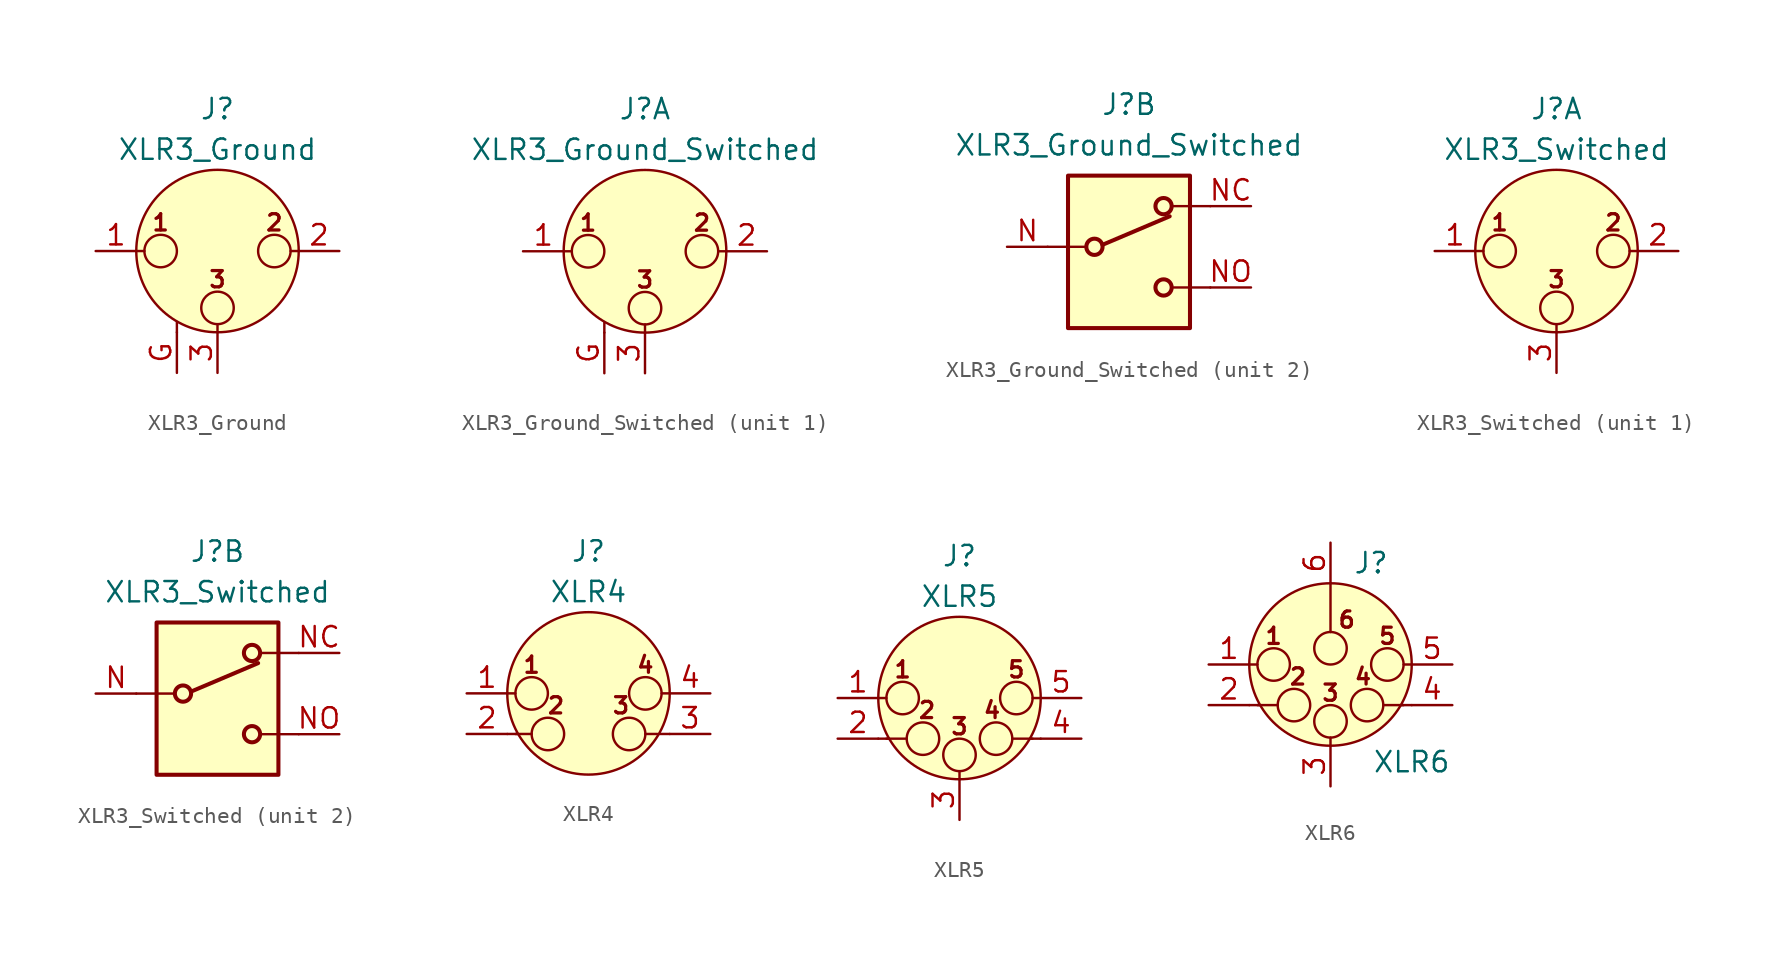
<source format=kicad_sym>
(kicad_symbol_lib
  (version 20220914)
  (generator kicad_symbol_editor)
  (symbol "XLR3_Ground"
    (pin_names hide)
    (property "Reference" "J"
      (at 0 8.89 0)
      (effects (font (size 1.27 1.27))))
    (property "Value" "XLR3_Ground"
      (at 0 6.35 0)
      (effects (font (size 1.27 1.27))))
    (symbol "XLR3_Ground_0_1"
      (circle (center -3.556 0) (radius 1.016) (stroke (width 0) (type solid)) (fill (type none)))
      (circle (center 0 -3.556) (radius 1.016) (stroke (width 0) (type solid)) (fill (type none)))
      (polyline (pts (xy -5.08 0) (xy -4.572 0)) (stroke (width 0) (type solid)) (fill (type none)))
      (polyline (pts (xy -2.54 -5.08) (xy -2.54 -4.445)) (stroke (width 0) (type solid)) (fill (type none)))
      (polyline (pts (xy 0 -5.08) (xy 0 -4.572)) (stroke (width 0) (type solid)) (fill (type none)))
      (polyline (pts (xy 5.08 0) (xy 4.572 0)) (stroke (width 0) (type solid)) (fill (type none)))
      (circle (center 0 0) (radius 5.08) (stroke (width 0) (type solid)) (fill (type background)))
      (circle (center 3.556 0) (radius 1.016) (stroke (width 0) (type solid)) (fill (type none)))
      (text "1" (at -3.556 1.778 0) (effects (font (size 1.016 1.016) bold)))
      (text "2" (at 3.556 1.778 0) (effects (font (size 1.016 1.016) bold)))
      (text "3" (at 0 -1.778 0) (effects (font (size 1.016 1.016) bold)))
      (pin passive line (at -7.62 0 0) (length 2.54) (name "~" (effects (font (size 1.27 1.27)))) (number "1" (effects (font (size 1.27 1.27)))))
      (pin passive line (at 7.62 0 180) (length 2.54) (name "~" (effects (font (size 1.27 1.27)))) (number "2" (effects (font (size 1.27 1.27)))))
      (pin passive line (at 0 -7.62 90) (length 2.54) (name "~" (effects (font (size 1.27 1.27)))) (number "3" (effects (font (size 1.27 1.27))))))
    (symbol "XLR3_Ground_1_1"
      (pin passive line (at -2.54 -7.62 90) (length 2.54) (name "~" (effects (font (size 1.27 1.27)))) (number "G" (effects (font (size 1.27 1.27)))))))
  (symbol "XLR3_Ground_Switched"
    (pin_names hide)
    (property "Reference" "J"
      (at 0 8.89 0)
      (effects (font (size 1.27 1.27))))
    (property "Value" "XLR3_Ground_Switched"
      (at 0 6.35 0)
      (effects (font (size 1.27 1.27))))
    (symbol "XLR3_Ground_Switched_1_1"
      (circle (center -3.556 0) (radius 1.016) (stroke (width 0) (type solid)) (fill (type none)))
      (circle (center 0 -3.556) (radius 1.016) (stroke (width 0) (type solid)) (fill (type none)))
      (polyline (pts (xy -5.08 0) (xy -4.572 0)) (stroke (width 0) (type solid)) (fill (type none)))
      (polyline (pts (xy -2.54 -5.08) (xy -2.54 -4.445)) (stroke (width 0) (type solid)) (fill (type none)))
      (polyline (pts (xy 0 -5.08) (xy 0 -4.572)) (stroke (width 0) (type solid)) (fill (type none)))
      (polyline (pts (xy 5.08 0) (xy 4.572 0)) (stroke (width 0) (type solid)) (fill (type none)))
      (circle (center 0 0) (radius 5.08) (stroke (width 0) (type solid)) (fill (type background)))
      (circle (center 3.556 0) (radius 1.016) (stroke (width 0) (type solid)) (fill (type none)))
      (text "1" (at -3.556 1.778 0) (effects (font (size 1.016 1.016) bold)))
      (text "2" (at 3.556 1.778 0) (effects (font (size 1.016 1.016) bold)))
      (text "3" (at 0 -1.778 0) (effects (font (size 1.016 1.016) bold)))
      (pin passive line (at -7.62 0 0) (length 2.54) (name "~" (effects (font (size 1.27 1.27)))) (number "1" (effects (font (size 1.27 1.27)))))
      (pin passive line (at 7.62 0 180) (length 2.54) (name "~" (effects (font (size 1.27 1.27)))) (number "2" (effects (font (size 1.27 1.27)))))
      (pin passive line (at 0 -7.62 90) (length 2.54) (name "~" (effects (font (size 1.27 1.27)))) (number "3" (effects (font (size 1.27 1.27)))))
      (pin passive line (at -2.54 -7.62 90) (length 2.54) (name "~" (effects (font (size 1.27 1.27)))) (number "G" (effects (font (size 1.27 1.27))))))
    (symbol "XLR3_Ground_Switched_2_1"
      (rectangle (start -3.81 4.445) (end 3.81 -5.08) (stroke (width 0.254) (type solid)) (fill (type background)))
      (circle (center -2.159 0) (radius 0.508) (stroke (width 0.254) (type solid)) (fill (type none)))
      (polyline (pts (xy -5.08 0) (xy -2.794 0)) (stroke (width 0) (type solid)) (fill (type none)))
      (polyline (pts (xy -1.651 0.127) (xy 2.54 1.905)) (stroke (width 0.254) (type solid)) (fill (type none)))
      (polyline (pts (xy 5.08 -2.54) (xy 2.794 -2.54)) (stroke (width 0) (type solid)) (fill (type none)))
      (polyline (pts (xy 5.08 2.54) (xy 2.794 2.54)) (stroke (width 0) (type solid)) (fill (type none)))
      (circle (center 2.159 -2.54) (radius 0.508) (stroke (width 0.254) (type solid)) (fill (type none)))
      (circle (center 2.159 2.54) (radius 0.508) (stroke (width 0.254) (type solid)) (fill (type none)))
      (pin passive line (at -7.62 0 0) (length 2.54) (name "~" (effects (font (size 1.27 1.27)))) (number "N" (effects (font (size 1.27 1.27)))))
      (pin passive line (at 7.62 2.54 180) (length 2.54) (name "~" (effects (font (size 1.27 1.27)))) (number "NC" (effects (font (size 1.27 1.27)))))
      (pin passive line (at 7.62 -2.54 180) (length 2.54) (name "~" (effects (font (size 1.27 1.27)))) (number "NO" (effects (font (size 1.27 1.27)))))))
  (symbol "XLR3_Switched"
    (pin_names hide)
    (property "Reference" "J"
      (at 0 8.89 0)
      (effects (font (size 1.27 1.27))))
    (property "Value" "XLR3_Switched"
      (at 0 6.35 0)
      (effects (font (size 1.27 1.27))))
    (symbol "XLR3_Switched_1_1"
      (circle (center -3.556 0) (radius 1.016) (stroke (width 0) (type solid)) (fill (type none)))
      (circle (center 0 -3.556) (radius 1.016) (stroke (width 0) (type solid)) (fill (type none)))
      (polyline (pts (xy -5.08 0) (xy -4.572 0)) (stroke (width 0) (type solid)) (fill (type none)))
      (polyline (pts (xy 0 -5.08) (xy 0 -4.572)) (stroke (width 0) (type solid)) (fill (type none)))
      (polyline (pts (xy 5.08 0) (xy 4.572 0)) (stroke (width 0) (type solid)) (fill (type none)))
      (circle (center 0 0) (radius 5.08) (stroke (width 0) (type solid)) (fill (type background)))
      (circle (center 3.556 0) (radius 1.016) (stroke (width 0) (type solid)) (fill (type none)))
      (text "1" (at -3.556 1.778 0) (effects (font (size 1.016 1.016) bold)))
      (text "2" (at 3.556 1.778 0) (effects (font (size 1.016 1.016) bold)))
      (text "3" (at 0 -1.778 0) (effects (font (size 1.016 1.016) bold)))
      (pin passive line (at -7.62 0 0) (length 2.54) (name "~" (effects (font (size 1.27 1.27)))) (number "1" (effects (font (size 1.27 1.27)))))
      (pin passive line (at 7.62 0 180) (length 2.54) (name "~" (effects (font (size 1.27 1.27)))) (number "2" (effects (font (size 1.27 1.27)))))
      (pin passive line (at 0 -7.62 90) (length 2.54) (name "~" (effects (font (size 1.27 1.27)))) (number "3" (effects (font (size 1.27 1.27))))))
    (symbol "XLR3_Switched_2_1"
      (rectangle (start -3.81 4.445) (end 3.81 -5.08) (stroke (width 0.254) (type solid)) (fill (type background)))
      (circle (center -2.159 0) (radius 0.508) (stroke (width 0.254) (type solid)) (fill (type none)))
      (polyline (pts (xy -5.08 0) (xy -2.794 0)) (stroke (width 0) (type solid)) (fill (type none)))
      (polyline (pts (xy -1.651 0.127) (xy 2.54 1.905)) (stroke (width 0.254) (type solid)) (fill (type none)))
      (polyline (pts (xy 5.08 -2.54) (xy 2.794 -2.54)) (stroke (width 0) (type solid)) (fill (type none)))
      (polyline (pts (xy 5.08 2.54) (xy 2.794 2.54)) (stroke (width 0) (type solid)) (fill (type none)))
      (circle (center 2.159 -2.54) (radius 0.508) (stroke (width 0.254) (type solid)) (fill (type none)))
      (circle (center 2.159 2.54) (radius 0.508) (stroke (width 0.254) (type solid)) (fill (type none)))
      (pin passive line (at -7.62 0 0) (length 2.54) (name "~" (effects (font (size 1.27 1.27)))) (number "N" (effects (font (size 1.27 1.27)))))
      (pin passive line (at 7.62 2.54 180) (length 2.54) (name "~" (effects (font (size 1.27 1.27)))) (number "NC" (effects (font (size 1.27 1.27)))))
      (pin passive line (at 7.62 -2.54 180) (length 2.54) (name "~" (effects (font (size 1.27 1.27)))) (number "NO" (effects (font (size 1.27 1.27)))))))
  (symbol "XLR4"
    (pin_names hide)
    (property "Reference" "J"
      (at 0 8.89 0)
      (effects (font (size 1.27 1.27))))
    (property "Value" "XLR4"
      (at 0 6.35 0)
      (effects (font (size 1.27 1.27))))
    (symbol "XLR4_0_1"
      (circle (center -3.556 0) (radius 1.016) (stroke (width 0) (type solid)) (fill (type none)))
      (circle (center -2.54 -2.54) (radius 1.016) (stroke (width 0) (type solid)) (fill (type none)))
      (polyline (pts (xy -5.08 -2.54) (xy -4.445 -2.54)) (stroke (width 0) (type solid)) (fill (type none)))
      (polyline (pts (xy -5.08 0) (xy -4.572 0)) (stroke (width 0) (type solid)) (fill (type none)))
      (polyline (pts (xy -4.572 -2.54) (xy -3.556 -2.54)) (stroke (width 0) (type solid)) (fill (type none)))
      (polyline (pts (xy 4.318 -2.54) (xy 3.556 -2.54)) (stroke (width 0) (type solid)) (fill (type none)))
      (polyline (pts (xy 5.08 -2.54) (xy 4.445 -2.54)) (stroke (width 0) (type solid)) (fill (type none)))
      (polyline (pts (xy 5.08 0) (xy 4.572 0)) (stroke (width 0) (type solid)) (fill (type none)))
      (circle (center 0 0) (radius 5.08) (stroke (width 0) (type solid)) (fill (type background)))
      (circle (center 2.54 -2.54) (radius 1.016) (stroke (width 0) (type solid)) (fill (type none)))
      (circle (center 3.556 0) (radius 1.016) (stroke (width 0) (type solid)) (fill (type none)))
      (text "1" (at -3.556 1.778 0) (effects (font (size 1.016 1.016) bold)))
      (text "2" (at -2.032 -0.762 0) (effects (font (size 1.016 1.016) bold)))
      (text "3" (at 2.032 -0.762 0) (effects (font (size 1.016 1.016) bold)))
      (text "4" (at 3.556 1.778 0) (effects (font (size 1.016 1.016) bold))))
    (symbol "XLR4_1_1"
      (pin passive line (at -7.62 0 0) (length 2.54) (name "~" (effects (font (size 1.27 1.27)))) (number "1" (effects (font (size 1.27 1.27)))))
      (pin passive line (at -7.62 -2.54 0) (length 2.54) (name "~" (effects (font (size 1.27 1.27)))) (number "2" (effects (font (size 1.27 1.27)))))
      (pin passive line (at 7.62 -2.54 180) (length 2.54) (name "~" (effects (font (size 1.27 1.27)))) (number "3" (effects (font (size 1.27 1.27)))))
      (pin passive line (at 7.62 0 180) (length 2.54) (name "~" (effects (font (size 1.27 1.27)))) (number "4" (effects (font (size 1.27 1.27)))))))
  (symbol "XLR5"
    (pin_names hide)
    (property "Reference" "J"
      (at 0 8.89 0)
      (effects (font (size 1.27 1.27))))
    (property "Value" "XLR5"
      (at 0 6.35 0)
      (effects (font (size 1.27 1.27))))
    (symbol "XLR5_0_1"
      (circle (center -3.556 0) (radius 1.016) (stroke (width 0) (type solid)) (fill (type none)))
      (circle (center -2.286 -2.54) (radius 1.016) (stroke (width 0) (type solid)) (fill (type none)))
      (circle (center 0 -3.556) (radius 1.016) (stroke (width 0) (type solid)) (fill (type none)))
      (polyline (pts (xy -5.08 -2.54) (xy -4.445 -2.54)) (stroke (width 0) (type solid)) (fill (type none)))
      (polyline (pts (xy -5.08 0) (xy -4.572 0)) (stroke (width 0) (type solid)) (fill (type none)))
      (polyline (pts (xy -4.572 -2.54) (xy -3.302 -2.54)) (stroke (width 0) (type solid)) (fill (type none)))
      (polyline (pts (xy 0 -5.08) (xy 0 -4.572)) (stroke (width 0) (type solid)) (fill (type none)))
      (polyline (pts (xy 4.572 -2.54) (xy 3.302 -2.54)) (stroke (width 0) (type solid)) (fill (type none)))
      (polyline (pts (xy 5.08 -2.54) (xy 4.445 -2.54)) (stroke (width 0) (type solid)) (fill (type none)))
      (polyline (pts (xy 5.08 0) (xy 4.572 0)) (stroke (width 0) (type solid)) (fill (type none)))
      (circle (center 0 0) (radius 5.08) (stroke (width 0) (type solid)) (fill (type background)))
      (circle (center 2.286 -2.54) (radius 1.016) (stroke (width 0) (type solid)) (fill (type none)))
      (circle (center 3.556 0) (radius 1.016) (stroke (width 0) (type solid)) (fill (type none)))
      (text "1" (at -3.556 1.778 0) (effects (font (size 1.016 1.016) bold)))
      (text "2" (at -2.032 -0.762 0) (effects (font (size 1.016 1.016) bold)))
      (text "3" (at 0 -1.778 0) (effects (font (size 1.016 1.016) bold)))
      (text "4" (at 2.032 -0.762 0) (effects (font (size 1.016 1.016) bold)))
      (text "5" (at 3.556 1.778 0) (effects (font (size 1.016 1.016) bold))))
    (symbol "XLR5_1_1"
      (pin passive line (at -7.62 0 0) (length 2.54) (name "P1" (effects (font (size 1.27 1.27)))) (number "1" (effects (font (size 1.27 1.27)))))
      (pin passive line (at -7.62 -2.54 0) (length 2.54) (name "P2" (effects (font (size 1.27 1.27)))) (number "2" (effects (font (size 1.27 1.27)))))
      (pin passive line (at 0 -7.62 90) (length 2.54) (name "P3" (effects (font (size 1.27 1.27)))) (number "3" (effects (font (size 1.27 1.27)))))
      (pin passive line (at 7.62 -2.54 180) (length 2.54) (name "P3" (effects (font (size 1.27 1.27)))) (number "4" (effects (font (size 1.27 1.27)))))
      (pin passive line (at 7.62 0 180) (length 2.54) (name "P5" (effects (font (size 1.27 1.27)))) (number "5" (effects (font (size 1.27 1.27)))))))
  (symbol "XLR6"
    (pin_names hide)
    (property "Reference" "J"
      (at 2.54 6.35 0)
      (effects (font (size 1.27 1.27))))
    (property "Value" "XLR6"
      (at 5.08 -6.096 0)
      (effects (font (size 1.27 1.27))))
    (symbol "XLR6_0_1"
      (circle (center -3.556 0) (radius 1.016) (stroke (width 0) (type solid)) (fill (type none)))
      (circle (center -2.286 -2.54) (radius 1.016) (stroke (width 0) (type solid)) (fill (type none)))
      (circle (center 0 -3.556) (radius 1.016) (stroke (width 0) (type solid)) (fill (type none)))
      (polyline (pts (xy -5.08 -2.54) (xy -4.445 -2.54)) (stroke (width 0) (type solid)) (fill (type none)))
      (polyline (pts (xy -5.08 0) (xy -4.572 0)) (stroke (width 0) (type solid)) (fill (type none)))
      (polyline (pts (xy -4.572 -2.54) (xy -3.302 -2.54)) (stroke (width 0) (type solid)) (fill (type none)))
      (polyline (pts (xy 0 -5.08) (xy 0 -4.572)) (stroke (width 0) (type solid)) (fill (type none)))
      (polyline (pts (xy 0 5.08) (xy 0 2.032)) (stroke (width 0) (type solid)) (fill (type none)))
      (polyline (pts (xy 4.572 -2.54) (xy 3.302 -2.54)) (stroke (width 0) (type solid)) (fill (type none)))
      (polyline (pts (xy 5.08 -2.54) (xy 4.445 -2.54)) (stroke (width 0) (type solid)) (fill (type none)))
      (polyline (pts (xy 5.08 0) (xy 4.572 0)) (stroke (width 0) (type solid)) (fill (type none)))
      (circle (center 0 0) (radius 5.08) (stroke (width 0) (type solid)) (fill (type background)))
      (circle (center 0 1.016) (radius 1.016) (stroke (width 0) (type solid)) (fill (type none)))
      (circle (center 2.286 -2.54) (radius 1.016) (stroke (width 0) (type solid)) (fill (type none)))
      (circle (center 3.556 0) (radius 1.016) (stroke (width 0) (type solid)) (fill (type none)))
      (text "1" (at -3.556 1.778 0) (effects (font (size 1.016 1.016) bold)))
      (text "2" (at -2.032 -0.762 0) (effects (font (size 1.016 1.016) bold)))
      (text "3" (at 0 -1.778 0) (effects (font (size 1.016 1.016) bold)))
      (text "4" (at 2.032 -0.762 0) (effects (font (size 1.016 1.016) bold)))
      (text "5" (at 3.556 1.778 0) (effects (font (size 1.016 1.016) bold)))
      (text "6" (at 1.016 2.794 0) (effects (font (size 1.016 1.016) bold))))
    (symbol "XLR6_1_1"
      (pin passive line (at -7.62 0 0) (length 2.54) (name "P1" (effects (font (size 1.27 1.27)))) (number "1" (effects (font (size 1.27 1.27)))))
      (pin passive line (at -7.62 -2.54 0) (length 2.54) (name "P2" (effects (font (size 1.27 1.27)))) (number "2" (effects (font (size 1.27 1.27)))))
      (pin passive line (at 0 -7.62 90) (length 2.54) (name "P3" (effects (font (size 1.27 1.27)))) (number "3" (effects (font (size 1.27 1.27)))))
      (pin passive line (at 7.62 -2.54 180) (length 2.54) (name "P3" (effects (font (size 1.27 1.27)))) (number "4" (effects (font (size 1.27 1.27)))))
      (pin passive line (at 7.62 0 180) (length 2.54) (name "P5" (effects (font (size 1.27 1.27)))) (number "5" (effects (font (size 1.27 1.27)))))
      (pin passive line (at 0 7.62 270) (length 2.54) (name "P6" (effects (font (size 1.27 1.27)))) (number "6" (effects (font (size 1.27 1.27))))))))
</source>
